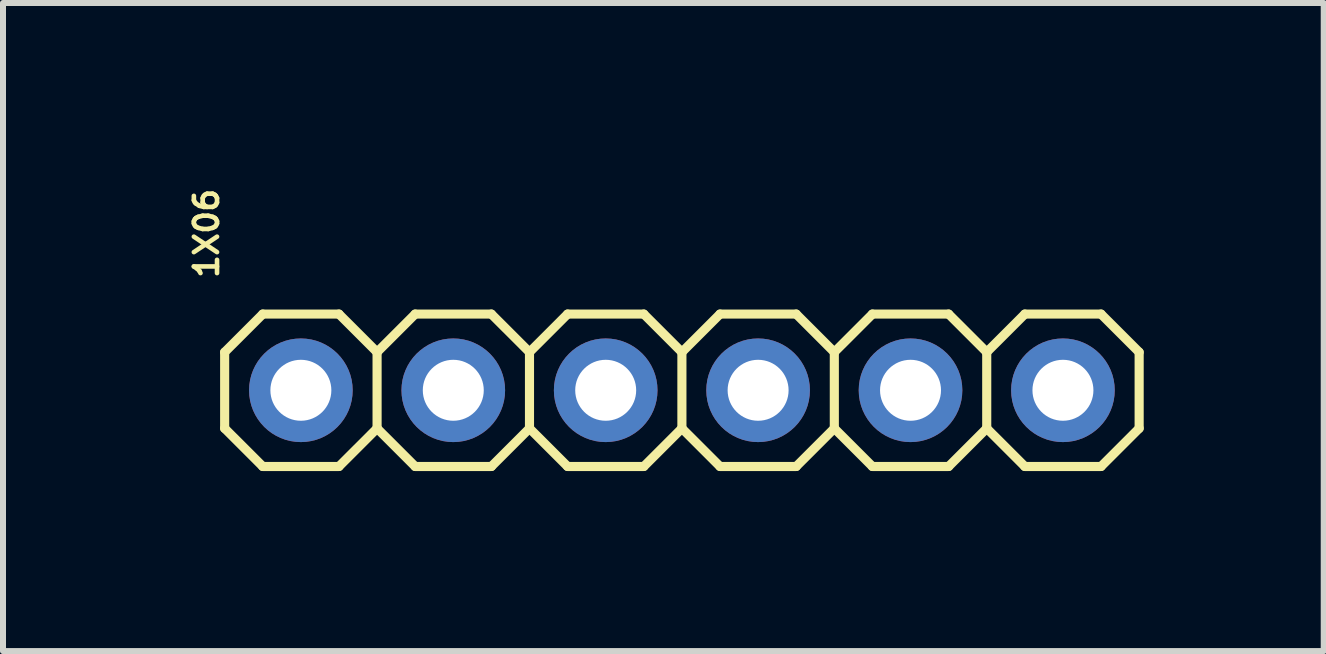
<source format=kicad_pcb>
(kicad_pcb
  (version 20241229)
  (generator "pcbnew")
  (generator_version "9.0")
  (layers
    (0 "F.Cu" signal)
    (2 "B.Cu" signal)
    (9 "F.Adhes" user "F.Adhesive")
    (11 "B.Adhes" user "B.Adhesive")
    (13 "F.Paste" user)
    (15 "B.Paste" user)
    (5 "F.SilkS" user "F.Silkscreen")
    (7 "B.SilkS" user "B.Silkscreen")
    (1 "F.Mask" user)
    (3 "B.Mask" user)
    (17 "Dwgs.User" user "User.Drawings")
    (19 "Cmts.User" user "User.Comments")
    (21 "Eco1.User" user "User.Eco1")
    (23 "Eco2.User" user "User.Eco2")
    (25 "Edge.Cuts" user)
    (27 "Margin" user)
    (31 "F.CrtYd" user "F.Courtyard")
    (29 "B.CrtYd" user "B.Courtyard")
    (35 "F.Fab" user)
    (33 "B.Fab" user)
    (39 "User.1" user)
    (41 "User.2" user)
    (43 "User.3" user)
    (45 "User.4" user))
  (footprint "1X06"
    (layer "F.Cu")
    (at 8.314 3.454)
    (property "Reference" "1X06" (at -7.696 -1.829 90) (layer "F.SilkS") (effects (font (size 0.386 0.386) (thickness 0.077)) (justify left bottom)))
    (attr through_hole)
    (fp_line (start -7.62 -0.635) (end -7.62 0.635) (stroke (width 0.152) (type solid)) (layer "F.SilkS"))
    (fp_line (start -7.62 0.635) (end -6.985 1.27) (stroke (width 0.152) (type solid)) (layer "F.SilkS"))
    (fp_line (start -6.985 -1.27) (end -7.62 -0.635) (stroke (width 0.152) (type solid)) (layer "F.SilkS"))
    (fp_line (start -6.985 -1.27) (end -5.715 -1.27) (stroke (width 0.152) (type solid)) (layer "F.SilkS"))
    (fp_line (start -5.715 -1.27) (end -5.08 -0.635) (stroke (width 0.152) (type solid)) (layer "F.SilkS"))
    (fp_line (start -5.715 1.27) (end -6.985 1.27) (stroke (width 0.152) (type solid)) (layer "F.SilkS"))
    (fp_line (start -5.08 -0.635) (end -5.08 0.635) (stroke (width 0.152) (type solid)) (layer "F.SilkS"))
    (fp_line (start -5.08 -0.635) (end -4.445 -1.27) (stroke (width 0.152) (type solid)) (layer "F.SilkS"))
    (fp_line (start -5.08 0.635) (end -5.715 1.27) (stroke (width 0.152) (type solid)) (layer "F.SilkS"))
    (fp_line (start -4.445 -1.27) (end -3.175 -1.27) (stroke (width 0.152) (type solid)) (layer "F.SilkS"))
    (fp_line (start -4.445 1.27) (end -5.08 0.635) (stroke (width 0.152) (type solid)) (layer "F.SilkS"))
    (fp_line (start -3.175 -1.27) (end -2.54 -0.635) (stroke (width 0.152) (type solid)) (layer "F.SilkS"))
    (fp_line (start -3.175 1.27) (end -4.445 1.27) (stroke (width 0.152) (type solid)) (layer "F.SilkS"))
    (fp_line (start -2.54 -0.635) (end -2.54 0.635) (stroke (width 0.152) (type solid)) (layer "F.SilkS"))
    (fp_line (start -2.54 -0.635) (end -1.905 -1.27) (stroke (width 0.152) (type solid)) (layer "F.SilkS"))
    (fp_line (start -2.54 0.635) (end -3.175 1.27) (stroke (width 0.152) (type solid)) (layer "F.SilkS"))
    (fp_line (start -1.905 -1.27) (end -0.635 -1.27) (stroke (width 0.152) (type solid)) (layer "F.SilkS"))
    (fp_line (start -1.905 1.27) (end -2.54 0.635) (stroke (width 0.152) (type solid)) (layer "F.SilkS"))
    (fp_line (start -0.635 -1.27) (end 0 -0.635) (stroke (width 0.152) (type solid)) (layer "F.SilkS"))
    (fp_line (start -0.635 1.27) (end -1.905 1.27) (stroke (width 0.152) (type solid)) (layer "F.SilkS"))
    (fp_line (start 0 -0.635) (end 0 0.635) (stroke (width 0.152) (type solid)) (layer "F.SilkS"))
    (fp_line (start 0 0.635) (end -0.635 1.27) (stroke (width 0.152) (type solid)) (layer "F.SilkS"))
    (fp_line (start 0 0.635) (end 0.635 1.27) (stroke (width 0.152) (type solid)) (layer "F.SilkS"))
    (fp_line (start 0.635 -1.27) (end 0 -0.635) (stroke (width 0.152) (type solid)) (layer "F.SilkS"))
    (fp_line (start 0.635 -1.27) (end 1.905 -1.27) (stroke (width 0.152) (type solid)) (layer "F.SilkS"))
    (fp_line (start 1.905 -1.27) (end 2.54 -0.635) (stroke (width 0.152) (type solid)) (layer "F.SilkS"))
    (fp_line (start 1.905 1.27) (end 0.635 1.27) (stroke (width 0.152) (type solid)) (layer "F.SilkS"))
    (fp_line (start 2.54 -0.635) (end 2.54 0.635) (stroke (width 0.152) (type solid)) (layer "F.SilkS"))
    (fp_line (start 2.54 -0.635) (end 3.175 -1.27) (stroke (width 0.152) (type solid)) (layer "F.SilkS"))
    (fp_line (start 2.54 0.635) (end 1.905 1.27) (stroke (width 0.152) (type solid)) (layer "F.SilkS"))
    (fp_line (start 3.175 -1.27) (end 4.445 -1.27) (stroke (width 0.152) (type solid)) (layer "F.SilkS"))
    (fp_line (start 3.175 1.27) (end 2.54 0.635) (stroke (width 0.152) (type solid)) (layer "F.SilkS"))
    (fp_line (start 4.445 -1.27) (end 5.08 -0.635) (stroke (width 0.152) (type solid)) (layer "F.SilkS"))
    (fp_line (start 4.445 1.27) (end 3.175 1.27) (stroke (width 0.152) (type solid)) (layer "F.SilkS"))
    (fp_line (start 5.08 -0.635) (end 5.08 0.635) (stroke (width 0.152) (type solid)) (layer "F.SilkS"))
    (fp_line (start 5.08 0.635) (end 4.445 1.27) (stroke (width 0.152) (type solid)) (layer "F.SilkS"))
    (fp_line (start 5.08 0.635) (end 5.715 1.27) (stroke (width 0.152) (type solid)) (layer "F.SilkS"))
    (fp_line (start 5.715 -1.27) (end 5.08 -0.635) (stroke (width 0.152) (type solid)) (layer "F.SilkS"))
    (fp_line (start 5.715 -1.27) (end 6.985 -1.27) (stroke (width 0.152) (type solid)) (layer "F.SilkS"))
    (fp_line (start 6.985 -1.27) (end 7.62 -0.635) (stroke (width 0.152) (type solid)) (layer "F.SilkS"))
    (fp_line (start 6.985 1.27) (end 5.715 1.27) (stroke (width 0.152) (type solid)) (layer "F.SilkS"))
    (fp_line (start 7.62 -0.635) (end 7.62 0.635) (stroke (width 0.152) (type solid)) (layer "F.SilkS"))
    (fp_line (start 7.62 0.635) (end 6.985 1.27) (stroke (width 0.152) (type solid)) (layer "F.SilkS"))
    (fp_poly (pts (xy -6.604 0.254) (xy -6.096 0.254) (xy -6.096 -0.254) (xy -6.604 -0.254)) (stroke (width 0.1) (type solid)) (fill no) (layer "F.Fab"))
    (fp_poly (pts (xy -4.064 0.254) (xy -3.556 0.254) (xy -3.556 -0.254) (xy -4.064 -0.254)) (stroke (width 0.1) (type solid)) (fill no) (layer "F.Fab"))
    (fp_poly (pts (xy -1.524 0.254) (xy -1.016 0.254) (xy -1.016 -0.254) (xy -1.524 -0.254)) (stroke (width 0.1) (type solid)) (fill no) (layer "F.Fab"))
    (fp_poly (pts (xy 1.016 0.254) (xy 1.524 0.254) (xy 1.524 -0.254) (xy 1.016 -0.254)) (stroke (width 0.1) (type solid)) (fill no) (layer "F.Fab"))
    (fp_poly (pts (xy 3.556 0.254) (xy 4.064 0.254) (xy 4.064 -0.254) (xy 3.556 -0.254)) (stroke (width 0.1) (type solid)) (fill no) (layer "F.Fab"))
    (fp_poly (pts (xy 6.096 0.254) (xy 6.604 0.254) (xy 6.604 -0.254) (xy 6.096 -0.254)) (stroke (width 0.1) (type solid)) (fill no) (layer "F.Fab"))
    (pad "1" thru_hole circle (at -6.35 0 90) (size 1.727 1.727) (drill 1.016) (layers "*.Cu" "*.Mask"))
    (pad "2" thru_hole circle (at -3.81 0 90) (size 1.727 1.727) (drill 1.016) (layers "*.Cu" "*.Mask"))
    (pad "3" thru_hole circle (at -1.27 0 90) (size 1.727 1.727) (drill 1.016) (layers "*.Cu" "*.Mask"))
    (pad "4" thru_hole circle (at 1.27 0 90) (size 1.727 1.727) (drill 1.016) (layers "*.Cu" "*.Mask"))
    (pad "5" thru_hole circle (at 3.81 0 90) (size 1.727 1.727) (drill 1.016) (layers "*.Cu" "*.Mask"))
    (pad "6" thru_hole circle (at 6.35 0 90) (size 1.727 1.727) (drill 1.016) (layers "*.Cu" "*.Mask")))
  (gr_rect
    (start -3 -3)
    (end 19.01 7.8)
    (stroke (width 0.1) (type default))
    (fill no)
    (layer "Edge.Cuts")))
</source>
